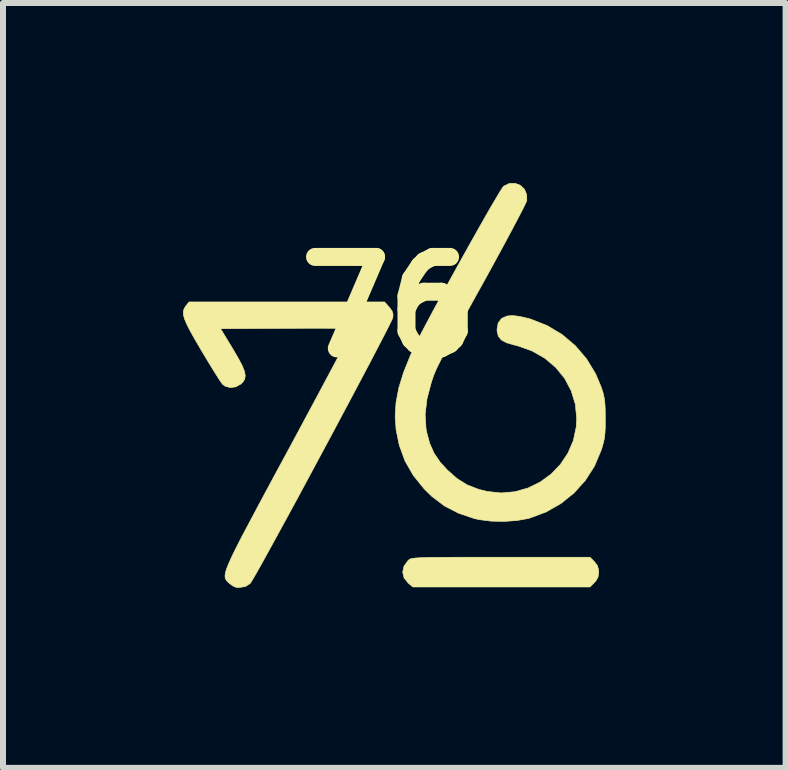
<source format=kicad_pcb>
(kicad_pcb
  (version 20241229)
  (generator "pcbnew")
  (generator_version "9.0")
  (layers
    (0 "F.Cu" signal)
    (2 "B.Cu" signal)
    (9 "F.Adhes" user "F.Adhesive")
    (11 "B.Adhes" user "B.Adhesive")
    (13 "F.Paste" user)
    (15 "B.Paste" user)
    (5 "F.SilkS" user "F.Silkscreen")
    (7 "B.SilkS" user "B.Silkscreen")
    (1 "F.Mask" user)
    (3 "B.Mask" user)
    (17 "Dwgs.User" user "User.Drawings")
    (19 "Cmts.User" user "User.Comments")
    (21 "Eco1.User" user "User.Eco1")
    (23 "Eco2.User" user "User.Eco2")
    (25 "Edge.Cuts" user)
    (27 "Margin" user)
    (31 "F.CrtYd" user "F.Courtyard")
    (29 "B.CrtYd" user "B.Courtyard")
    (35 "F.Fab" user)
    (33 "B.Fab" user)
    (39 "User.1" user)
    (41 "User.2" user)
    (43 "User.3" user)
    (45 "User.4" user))
  (footprint "76"
    (layer "F.Cu")
    (at 3.434 2.066)
    (property "Reference" "76" (at 0 0 0) (layer "F.SilkS") (effects (font (size 1.524 1.524) (thickness 0.3))))
    (attr through_hole)
    (fp_poly (pts (xy 3.42 4.242) (xy 3.472 4.309) (xy 3.492 4.384) (xy 3.493 4.418) (xy 3.482 4.502) (xy 3.443 4.569) (xy 3.42 4.593) (xy 3.348 4.666) (xy 0.396 4.666) (xy 0.321 4.603) (xy 0.251 4.517) (xy 0.227 4.42) (xy 0.248 4.32) (xy 0.315 4.227) (xy 0.321 4.222) (xy 0.333 4.211) (xy 0.348 4.202) (xy 0.369 4.194) (xy 0.4 4.188) (xy 0.445 4.183) (xy 0.508 4.179) (xy 0.592 4.176) (xy 0.701 4.173) (xy 0.84 4.172) (xy 1.012 4.171) (xy 1.221 4.17) (xy 1.471 4.17) (xy 1.766 4.17) (xy 1.862 4.17) (xy 3.348 4.17) (xy 3.42 4.242)) (stroke (width 0.01) (type solid)) (fill yes) (layer "F.SilkS"))
    (fp_poly (pts (xy 0 0) (xy 0.048 0.063) (xy 0.066 0.118) (xy 0.063 0.174) (xy 0.05 0.207) (xy 0.015 0.28) (xy -0.04 0.389) (xy -0.113 0.531) (xy -0.202 0.702) (xy -0.304 0.898) (xy -0.419 1.116) (xy -0.544 1.352) (xy -0.677 1.602) (xy -0.816 1.863) (xy -0.959 2.132) (xy -1.105 2.403) (xy -1.251 2.675) (xy -1.395 2.943) (xy -1.535 3.203) (xy -1.67 3.452) (xy -1.798 3.686) (xy -1.916 3.902) (xy -2.023 4.096) (xy -2.116 4.265) (xy -2.194 4.404) (xy -2.255 4.51) (xy -2.296 4.579) (xy -2.315 4.608) (xy -2.395 4.659) (xy -2.502 4.675) (xy -2.552 4.671) (xy -2.605 4.648) (xy -2.664 4.604) (xy -2.669 4.599) (xy -2.692 4.577) (xy -2.711 4.556) (xy -2.725 4.533) (xy -2.733 4.506) (xy -2.734 4.472) (xy -2.727 4.428) (xy -2.711 4.372) (xy -2.683 4.3) (xy -2.644 4.21) (xy -2.592 4.1) (xy -2.525 3.966) (xy -2.443 3.806) (xy -2.343 3.618) (xy -2.226 3.397) (xy -2.09 3.143) (xy -1.933 2.851) (xy -1.754 2.52) (xy -1.664 2.354) (xy -1.508 2.064) (xy -1.359 1.786) (xy -1.218 1.524) (xy -1.088 1.28) (xy -0.97 1.059) (xy -0.865 0.862) (xy -0.776 0.694) (xy -0.704 0.556) (xy -0.651 0.453) (xy -0.617 0.387) (xy -0.606 0.361) (xy -0.606 0.361) (xy -0.632 0.358) (xy -0.703 0.357) (xy -0.814 0.355) (xy -0.958 0.355) (xy -1.133 0.354) (xy -1.331 0.354) (xy -1.549 0.355) (xy -1.712 0.356) (xy -2.808 0.362) (xy -2.605 0.697) (xy -2.513 0.854) (xy -2.448 0.977) (xy -2.41 1.072) (xy -2.397 1.146) (xy -2.407 1.205) (xy -2.439 1.254) (xy -2.469 1.283) (xy -2.555 1.331) (xy -2.648 1.343) (xy -2.734 1.319) (xy -2.776 1.286) (xy -2.803 1.25) (xy -2.851 1.177) (xy -2.915 1.075) (xy -2.992 0.95) (xy -3.076 0.81) (xy -3.128 0.724) (xy -3.234 0.543) (xy -3.315 0.399) (xy -3.373 0.285) (xy -3.41 0.196) (xy -3.428 0.127) (xy -3.429 0.072) (xy -3.414 0.025) (xy -3.386 -0.019) (xy -3.38 -0.026) (xy -3.333 -0.084) (xy -0.075 -0.084) (xy 0 0)) (stroke (width 0.01) (type solid)) (fill yes) (layer "F.SilkS"))
    (fp_poly (pts (xy 2.187 -2.028) (xy 2.255 -1.963) (xy 2.293 -1.875) (xy 2.295 -1.776) (xy 2.281 -1.74) (xy 2.245 -1.665) (xy 2.189 -1.555) (xy 2.115 -1.414) (xy 2.026 -1.246) (xy 1.924 -1.055) (xy 1.81 -0.846) (xy 1.688 -0.622) (xy 1.583 -0.431) (xy 1.425 -0.147) (xy 1.29 0.098) (xy 1.175 0.306) (xy 1.079 0.482) (xy 0.998 0.628) (xy 0.933 0.749) (xy 0.88 0.848) (xy 0.839 0.929) (xy 0.806 0.994) (xy 0.781 1.049) (xy 0.761 1.096) (xy 0.744 1.139) (xy 0.729 1.181) (xy 0.714 1.226) (xy 0.705 1.252) (xy 0.631 1.532) (xy 0.601 1.792) (xy 0.616 2.031) (xy 0.623 2.072) (xy 0.676 2.27) (xy 0.749 2.436) (xy 0.852 2.587) (xy 0.973 2.719) (xy 1.136 2.862) (xy 1.302 2.965) (xy 1.488 3.037) (xy 1.634 3.074) (xy 1.87 3.099) (xy 2.099 3.078) (xy 2.317 3.016) (xy 2.519 2.917) (xy 2.701 2.784) (xy 2.856 2.622) (xy 2.981 2.434) (xy 3.071 2.225) (xy 3.119 1.998) (xy 3.127 1.863) (xy 3.104 1.622) (xy 3.035 1.396) (xy 2.926 1.19) (xy 2.778 1.008) (xy 2.596 0.854) (xy 2.384 0.733) (xy 2.143 0.647) (xy 2.089 0.634) (xy 1.958 0.596) (xy 1.87 0.549) (xy 1.82 0.485) (xy 1.8 0.401) (xy 1.799 0.373) (xy 1.818 0.266) (xy 1.875 0.191) (xy 1.966 0.15) (xy 2.054 0.143) (xy 2.142 0.152) (xy 2.253 0.174) (xy 2.358 0.201) (xy 2.632 0.309) (xy 2.882 0.458) (xy 3.103 0.645) (xy 3.291 0.865) (xy 3.442 1.114) (xy 3.533 1.33) (xy 3.563 1.42) (xy 3.582 1.499) (xy 3.594 1.581) (xy 3.601 1.68) (xy 3.603 1.812) (xy 3.603 1.851) (xy 3.603 1.991) (xy 3.598 2.097) (xy 3.589 2.183) (xy 3.571 2.264) (xy 3.545 2.355) (xy 3.532 2.393) (xy 3.422 2.653) (xy 3.27 2.89) (xy 3.082 3.099) (xy 2.862 3.276) (xy 2.616 3.416) (xy 2.348 3.516) (xy 2.311 3.526) (xy 2.125 3.559) (xy 1.916 3.573) (xy 1.703 3.569) (xy 1.506 3.544) (xy 1.421 3.526) (xy 1.157 3.436) (xy 0.925 3.317) (xy 0.717 3.16) (xy 0.587 3.033) (xy 0.403 2.806) (xy 0.265 2.565) (xy 0.17 2.303) (xy 0.117 2.046) (xy 0.101 1.822) (xy 0.116 1.591) (xy 0.162 1.348) (xy 0.242 1.088) (xy 0.357 0.804) (xy 0.477 0.553) (xy 0.543 0.423) (xy 0.625 0.268) (xy 0.719 0.091) (xy 0.823 -0.101) (xy 0.934 -0.306) (xy 1.051 -0.518) (xy 1.169 -0.732) (xy 1.287 -0.944) (xy 1.402 -1.15) (xy 1.512 -1.344) (xy 1.613 -1.522) (xy 1.704 -1.68) (xy 1.782 -1.812) (xy 1.843 -1.915) (xy 1.887 -1.984) (xy 1.909 -2.013) (xy 1.909 -2.013) (xy 2.005 -2.059) (xy 2.1 -2.061) (xy 2.187 -2.028)) (stroke (width 0.01) (type solid)) (fill yes) (layer "F.SilkS")))
  (gr_rect
    (start -3 -3)
    (end 10.042 9.746)
    (stroke (width 0.1) (type default))
    (fill no)
    (layer "Edge.Cuts")))
</source>
